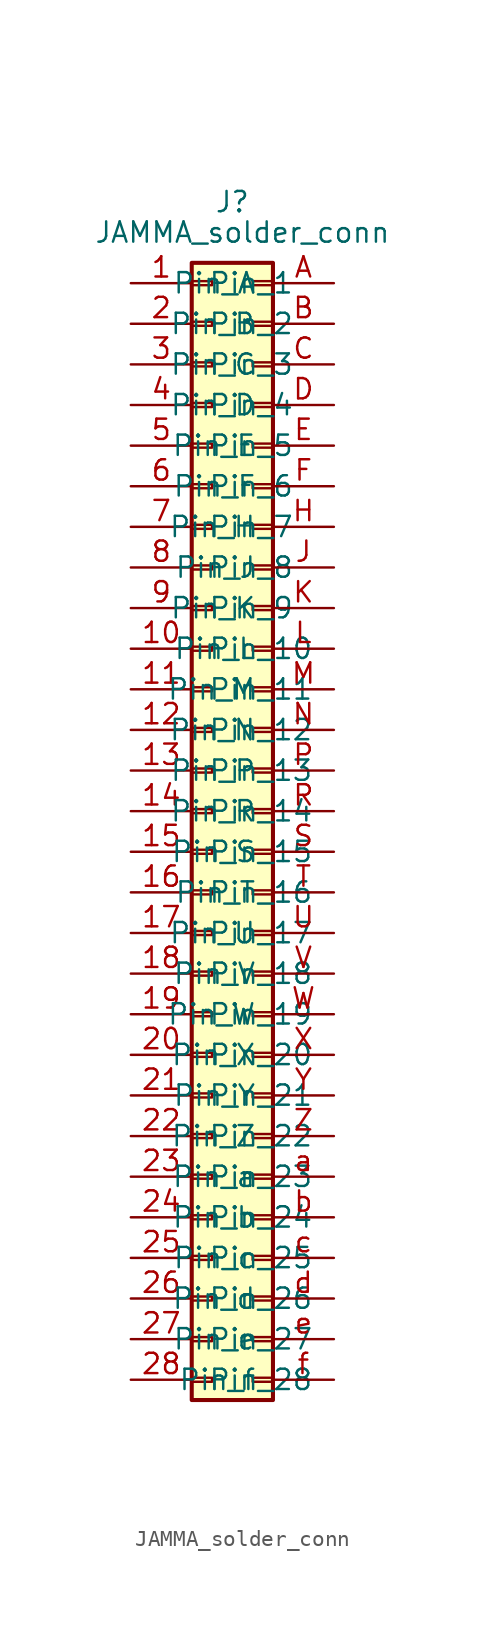
<source format=kicad_sym>
(kicad_symbol_lib
  (version 20211014)
  (generator kicad_symbol_editor)
  (symbol "JAMMA_solder_conn"
    (pin_names
      (offset 1.016))
    (property "Reference" "J"
      (at 0 39.37 0)
      (effects (font (size 1.27 1.27))))
    (property "Value" "JAMMA_solder_conn"
      (at 0.635 37.465 0)
      (effects (font (size 1.27 1.27))))
    (symbol "JAMMA_solder_conn_1_1"
      (rectangle (start -2.54 -34.163) (end -1.27 -34.417) (stroke (width 0.152) (type default) (color 0 0 0 0)) (fill (type none)))
      (rectangle (start -2.54 -31.623) (end -1.27 -31.877) (stroke (width 0.152) (type default) (color 0 0 0 0)) (fill (type none)))
      (rectangle (start -2.54 -29.083) (end -1.27 -29.337) (stroke (width 0.152) (type default) (color 0 0 0 0)) (fill (type none)))
      (rectangle (start -2.54 -26.543) (end -1.27 -26.797) (stroke (width 0.152) (type default) (color 0 0 0 0)) (fill (type none)))
      (rectangle (start -2.54 -24.003) (end -1.27 -24.257) (stroke (width 0.152) (type default) (color 0 0 0 0)) (fill (type none)))
      (rectangle (start -2.54 -21.463) (end -1.27 -21.717) (stroke (width 0.152) (type default) (color 0 0 0 0)) (fill (type none)))
      (rectangle (start -2.54 -18.923) (end -1.27 -19.177) (stroke (width 0.152) (type default) (color 0 0 0 0)) (fill (type none)))
      (rectangle (start -2.54 -16.383) (end -1.27 -16.637) (stroke (width 0.152) (type default) (color 0 0 0 0)) (fill (type none)))
      (rectangle (start -2.54 -13.843) (end -1.27 -14.097) (stroke (width 0.152) (type default) (color 0 0 0 0)) (fill (type none)))
      (rectangle (start -2.54 -11.303) (end -1.27 -11.557) (stroke (width 0.152) (type default) (color 0 0 0 0)) (fill (type none)))
      (rectangle (start -2.54 -8.763) (end -1.27 -9.017) (stroke (width 0.152) (type default) (color 0 0 0 0)) (fill (type none)))
      (rectangle (start -2.54 -6.223) (end -1.27 -6.477) (stroke (width 0.152) (type default) (color 0 0 0 0)) (fill (type none)))
      (rectangle (start -2.54 -3.683) (end -1.27 -3.937) (stroke (width 0.152) (type default) (color 0 0 0 0)) (fill (type none)))
      (rectangle (start -2.54 -1.143) (end -1.27 -1.397) (stroke (width 0.152) (type default) (color 0 0 0 0)) (fill (type none)))
      (rectangle (start -2.54 1.397) (end -1.27 1.143) (stroke (width 0.152) (type default) (color 0 0 0 0)) (fill (type none)))
      (rectangle (start -2.54 3.937) (end -1.27 3.683) (stroke (width 0.152) (type default) (color 0 0 0 0)) (fill (type none)))
      (rectangle (start -2.54 6.477) (end -1.27 6.223) (stroke (width 0.152) (type default) (color 0 0 0 0)) (fill (type none)))
      (rectangle (start -2.54 9.017) (end -1.27 8.763) (stroke (width 0.152) (type default) (color 0 0 0 0)) (fill (type none)))
      (rectangle (start -2.54 11.557) (end -1.27 11.303) (stroke (width 0.152) (type default) (color 0 0 0 0)) (fill (type none)))
      (rectangle (start -2.54 14.097) (end -1.27 13.843) (stroke (width 0.152) (type default) (color 0 0 0 0)) (fill (type none)))
      (rectangle (start -2.54 16.637) (end -1.27 16.383) (stroke (width 0.152) (type default) (color 0 0 0 0)) (fill (type none)))
      (rectangle (start -2.54 19.177) (end -1.27 18.923) (stroke (width 0.152) (type default) (color 0 0 0 0)) (fill (type none)))
      (rectangle (start -2.54 21.717) (end -1.27 21.463) (stroke (width 0.152) (type default) (color 0 0 0 0)) (fill (type none)))
      (rectangle (start -2.54 24.257) (end -1.27 24.003) (stroke (width 0.152) (type default) (color 0 0 0 0)) (fill (type none)))
      (rectangle (start -2.54 26.797) (end -1.27 26.543) (stroke (width 0.152) (type default) (color 0 0 0 0)) (fill (type none)))
      (rectangle (start -2.54 29.337) (end -1.27 29.083) (stroke (width 0.152) (type default) (color 0 0 0 0)) (fill (type none)))
      (rectangle (start -2.54 31.877) (end -1.27 31.623) (stroke (width 0.152) (type default) (color 0 0 0 0)) (fill (type none)))
      (rectangle (start -2.54 34.417) (end -1.27 34.163) (stroke (width 0.152) (type default) (color 0 0 0 0)) (fill (type none)))
      (rectangle (start -2.54 35.56) (end 2.54 -35.56) (stroke (width 0.254) (type default) (color 0 0 0 0)) (fill (type background)))
      (rectangle (start 2.54 -34.163) (end 1.27 -34.417) (stroke (width 0.152) (type default) (color 0 0 0 0)) (fill (type none)))
      (rectangle (start 2.54 -31.623) (end 1.27 -31.877) (stroke (width 0.152) (type default) (color 0 0 0 0)) (fill (type none)))
      (rectangle (start 2.54 -29.083) (end 1.27 -29.337) (stroke (width 0.152) (type default) (color 0 0 0 0)) (fill (type none)))
      (rectangle (start 2.54 -26.543) (end 1.27 -26.797) (stroke (width 0.152) (type default) (color 0 0 0 0)) (fill (type none)))
      (rectangle (start 2.54 -24.003) (end 1.27 -24.257) (stroke (width 0.152) (type default) (color 0 0 0 0)) (fill (type none)))
      (rectangle (start 2.54 -21.463) (end 1.27 -21.717) (stroke (width 0.152) (type default) (color 0 0 0 0)) (fill (type none)))
      (rectangle (start 2.54 -18.923) (end 1.27 -19.177) (stroke (width 0.152) (type default) (color 0 0 0 0)) (fill (type none)))
      (rectangle (start 2.54 -16.383) (end 1.27 -16.637) (stroke (width 0.152) (type default) (color 0 0 0 0)) (fill (type none)))
      (rectangle (start 2.54 -13.843) (end 1.27 -14.097) (stroke (width 0.152) (type default) (color 0 0 0 0)) (fill (type none)))
      (rectangle (start 2.54 -11.303) (end 1.27 -11.557) (stroke (width 0.152) (type default) (color 0 0 0 0)) (fill (type none)))
      (rectangle (start 2.54 -8.763) (end 1.27 -9.017) (stroke (width 0.152) (type default) (color 0 0 0 0)) (fill (type none)))
      (rectangle (start 2.54 -6.223) (end 1.27 -6.477) (stroke (width 0.152) (type default) (color 0 0 0 0)) (fill (type none)))
      (rectangle (start 2.54 -3.683) (end 1.27 -3.937) (stroke (width 0.152) (type default) (color 0 0 0 0)) (fill (type none)))
      (rectangle (start 2.54 -1.143) (end 1.27 -1.397) (stroke (width 0.152) (type default) (color 0 0 0 0)) (fill (type none)))
      (rectangle (start 2.54 1.397) (end 1.27 1.143) (stroke (width 0.152) (type default) (color 0 0 0 0)) (fill (type none)))
      (rectangle (start 2.54 3.937) (end 1.27 3.683) (stroke (width 0.152) (type default) (color 0 0 0 0)) (fill (type none)))
      (rectangle (start 2.54 6.477) (end 1.27 6.223) (stroke (width 0.152) (type default) (color 0 0 0 0)) (fill (type none)))
      (rectangle (start 2.54 9.017) (end 1.27 8.763) (stroke (width 0.152) (type default) (color 0 0 0 0)) (fill (type none)))
      (rectangle (start 2.54 11.557) (end 1.27 11.303) (stroke (width 0.152) (type default) (color 0 0 0 0)) (fill (type none)))
      (rectangle (start 2.54 14.097) (end 1.27 13.843) (stroke (width 0.152) (type default) (color 0 0 0 0)) (fill (type none)))
      (rectangle (start 2.54 16.637) (end 1.27 16.383) (stroke (width 0.152) (type default) (color 0 0 0 0)) (fill (type none)))
      (rectangle (start 2.54 19.177) (end 1.27 18.923) (stroke (width 0.152) (type default) (color 0 0 0 0)) (fill (type none)))
      (rectangle (start 2.54 21.717) (end 1.27 21.463) (stroke (width 0.152) (type default) (color 0 0 0 0)) (fill (type none)))
      (rectangle (start 2.54 24.257) (end 1.27 24.003) (stroke (width 0.152) (type default) (color 0 0 0 0)) (fill (type none)))
      (rectangle (start 2.54 26.797) (end 1.27 26.543) (stroke (width 0.152) (type default) (color 0 0 0 0)) (fill (type none)))
      (rectangle (start 2.54 29.337) (end 1.27 29.083) (stroke (width 0.152) (type default) (color 0 0 0 0)) (fill (type none)))
      (rectangle (start 2.54 31.877) (end 1.27 31.623) (stroke (width 0.152) (type default) (color 0 0 0 0)) (fill (type none)))
      (rectangle (start 2.54 34.417) (end 1.27 34.163) (stroke (width 0.152) (type default) (color 0 0 0 0)) (fill (type none)))
      (pin passive line (at -6.35 34.29 0) (length 3.81) (name "Pin_1" (effects (font (size 1.27 1.27)))) (number "1" (effects (font (size 1.27 1.27)))))
      (pin passive line (at -6.35 11.43 0) (length 3.81) (name "Pin_10" (effects (font (size 1.27 1.27)))) (number "10" (effects (font (size 1.27 1.27)))))
      (pin passive line (at -6.35 8.89 0) (length 3.81) (name "Pin_11" (effects (font (size 1.27 1.27)))) (number "11" (effects (font (size 1.27 1.27)))))
      (pin passive line (at -6.35 6.35 0) (length 3.81) (name "Pin_12" (effects (font (size 1.27 1.27)))) (number "12" (effects (font (size 1.27 1.27)))))
      (pin passive line (at -6.35 3.81 0) (length 3.81) (name "Pin_13" (effects (font (size 1.27 1.27)))) (number "13" (effects (font (size 1.27 1.27)))))
      (pin passive line (at -6.35 1.27 0) (length 3.81) (name "Pin_14" (effects (font (size 1.27 1.27)))) (number "14" (effects (font (size 1.27 1.27)))))
      (pin passive line (at -6.35 -1.27 0) (length 3.81) (name "Pin_15" (effects (font (size 1.27 1.27)))) (number "15" (effects (font (size 1.27 1.27)))))
      (pin passive line (at -6.35 -3.81 0) (length 3.81) (name "Pin_16" (effects (font (size 1.27 1.27)))) (number "16" (effects (font (size 1.27 1.27)))))
      (pin passive line (at -6.35 -6.35 0) (length 3.81) (name "Pin_17" (effects (font (size 1.27 1.27)))) (number "17" (effects (font (size 1.27 1.27)))))
      (pin passive line (at -6.35 -8.89 0) (length 3.81) (name "Pin_18" (effects (font (size 1.27 1.27)))) (number "18" (effects (font (size 1.27 1.27)))))
      (pin passive line (at -6.35 -11.43 0) (length 3.81) (name "Pin_19" (effects (font (size 1.27 1.27)))) (number "19" (effects (font (size 1.27 1.27)))))
      (pin passive line (at -6.35 31.75 0) (length 3.81) (name "Pin_2" (effects (font (size 1.27 1.27)))) (number "2" (effects (font (size 1.27 1.27)))))
      (pin passive line (at -6.35 -13.97 0) (length 3.81) (name "Pin_20" (effects (font (size 1.27 1.27)))) (number "20" (effects (font (size 1.27 1.27)))))
      (pin passive line (at -6.35 -16.51 0) (length 3.81) (name "Pin_21" (effects (font (size 1.27 1.27)))) (number "21" (effects (font (size 1.27 1.27)))))
      (pin passive line (at -6.35 -19.05 0) (length 3.81) (name "Pin_22" (effects (font (size 1.27 1.27)))) (number "22" (effects (font (size 1.27 1.27)))))
      (pin passive line (at -6.35 -21.59 0) (length 3.81) (name "Pin_23" (effects (font (size 1.27 1.27)))) (number "23" (effects (font (size 1.27 1.27)))))
      (pin passive line (at -6.35 -24.13 0) (length 3.81) (name "Pin_24" (effects (font (size 1.27 1.27)))) (number "24" (effects (font (size 1.27 1.27)))))
      (pin passive line (at -6.35 -26.67 0) (length 3.81) (name "Pin_25" (effects (font (size 1.27 1.27)))) (number "25" (effects (font (size 1.27 1.27)))))
      (pin passive line (at -6.35 -29.21 0) (length 3.81) (name "Pin_26" (effects (font (size 1.27 1.27)))) (number "26" (effects (font (size 1.27 1.27)))))
      (pin passive line (at -6.35 -31.75 0) (length 3.81) (name "Pin_27" (effects (font (size 1.27 1.27)))) (number "27" (effects (font (size 1.27 1.27)))))
      (pin passive line (at -6.35 -34.29 0) (length 3.81) (name "Pin_28" (effects (font (size 1.27 1.27)))) (number "28" (effects (font (size 1.27 1.27)))))
      (pin passive line (at -6.35 29.21 0) (length 3.81) (name "Pin_3" (effects (font (size 1.27 1.27)))) (number "3" (effects (font (size 1.27 1.27)))))
      (pin passive line (at -6.35 26.67 0) (length 3.81) (name "Pin_4" (effects (font (size 1.27 1.27)))) (number "4" (effects (font (size 1.27 1.27)))))
      (pin passive line (at -6.35 24.13 0) (length 3.81) (name "Pin_5" (effects (font (size 1.27 1.27)))) (number "5" (effects (font (size 1.27 1.27)))))
      (pin passive line (at -6.35 21.59 0) (length 3.81) (name "Pin_6" (effects (font (size 1.27 1.27)))) (number "6" (effects (font (size 1.27 1.27)))))
      (pin passive line (at -6.35 19.05 0) (length 3.81) (name "Pin_7" (effects (font (size 1.27 1.27)))) (number "7" (effects (font (size 1.27 1.27)))))
      (pin passive line (at -6.35 16.51 0) (length 3.81) (name "Pin_8" (effects (font (size 1.27 1.27)))) (number "8" (effects (font (size 1.27 1.27)))))
      (pin passive line (at -6.35 13.97 0) (length 3.81) (name "Pin_9" (effects (font (size 1.27 1.27)))) (number "9" (effects (font (size 1.27 1.27)))))
      (pin passive line (at 6.35 34.29 180) (length 3.81) (name "Pin_A" (effects (font (size 1.27 1.27)))) (number "A" (effects (font (size 1.27 1.27)))))
      (pin passive line (at 6.35 31.75 180) (length 3.81) (name "Pin_B" (effects (font (size 1.27 1.27)))) (number "B" (effects (font (size 1.27 1.27)))))
      (pin passive line (at 6.35 29.21 180) (length 3.81) (name "Pin_C" (effects (font (size 1.27 1.27)))) (number "C" (effects (font (size 1.27 1.27)))))
      (pin passive line (at 6.35 26.67 180) (length 3.81) (name "Pin_D" (effects (font (size 1.27 1.27)))) (number "D" (effects (font (size 1.27 1.27)))))
      (pin passive line (at 6.35 24.13 180) (length 3.81) (name "Pin_E" (effects (font (size 1.27 1.27)))) (number "E" (effects (font (size 1.27 1.27)))))
      (pin passive line (at 6.35 21.59 180) (length 3.81) (name "Pin_F" (effects (font (size 1.27 1.27)))) (number "F" (effects (font (size 1.27 1.27)))))
      (pin passive line (at 6.35 19.05 180) (length 3.81) (name "Pin_H" (effects (font (size 1.27 1.27)))) (number "H" (effects (font (size 1.27 1.27)))))
      (pin passive line (at 6.35 16.51 180) (length 3.81) (name "Pin_J" (effects (font (size 1.27 1.27)))) (number "J" (effects (font (size 1.27 1.27)))))
      (pin passive line (at 6.35 13.97 180) (length 3.81) (name "Pin_K" (effects (font (size 1.27 1.27)))) (number "K" (effects (font (size 1.27 1.27)))))
      (pin passive line (at 6.35 11.43 180) (length 3.81) (name "Pin_L" (effects (font (size 1.27 1.27)))) (number "L" (effects (font (size 1.27 1.27)))))
      (pin passive line (at 6.35 8.89 180) (length 3.81) (name "Pin_M" (effects (font (size 1.27 1.27)))) (number "M" (effects (font (size 1.27 1.27)))))
      (pin passive line (at 6.35 6.35 180) (length 3.81) (name "Pin_N" (effects (font (size 1.27 1.27)))) (number "N" (effects (font (size 1.27 1.27)))))
      (pin passive line (at 6.35 3.81 180) (length 3.81) (name "Pin_P" (effects (font (size 1.27 1.27)))) (number "P" (effects (font (size 1.27 1.27)))))
      (pin passive line (at 6.35 1.27 180) (length 3.81) (name "Pin_R" (effects (font (size 1.27 1.27)))) (number "R" (effects (font (size 1.27 1.27)))))
      (pin passive line (at 6.35 -1.27 180) (length 3.81) (name "Pin_S" (effects (font (size 1.27 1.27)))) (number "S" (effects (font (size 1.27 1.27)))))
      (pin passive line (at 6.35 -3.81 180) (length 3.81) (name "Pin_T" (effects (font (size 1.27 1.27)))) (number "T" (effects (font (size 1.27 1.27)))))
      (pin passive line (at 6.35 -6.35 180) (length 3.81) (name "Pin_U" (effects (font (size 1.27 1.27)))) (number "U" (effects (font (size 1.27 1.27)))))
      (pin passive line (at 6.35 -8.89 180) (length 3.81) (name "Pin_V" (effects (font (size 1.27 1.27)))) (number "V" (effects (font (size 1.27 1.27)))))
      (pin passive line (at 6.35 -11.43 180) (length 3.81) (name "Pin_W" (effects (font (size 1.27 1.27)))) (number "W" (effects (font (size 1.27 1.27)))))
      (pin passive line (at 6.35 -13.97 180) (length 3.81) (name "Pin_X" (effects (font (size 1.27 1.27)))) (number "X" (effects (font (size 1.27 1.27)))))
      (pin passive line (at 6.35 -16.51 180) (length 3.81) (name "Pin_Y" (effects (font (size 1.27 1.27)))) (number "Y" (effects (font (size 1.27 1.27)))))
      (pin passive line (at 6.35 -19.05 180) (length 3.81) (name "Pin_Z" (effects (font (size 1.27 1.27)))) (number "Z" (effects (font (size 1.27 1.27)))))
      (pin passive line (at 6.35 -21.59 180) (length 3.81) (name "Pin_a" (effects (font (size 1.27 1.27)))) (number "a" (effects (font (size 1.27 1.27)))))
      (pin passive line (at 6.35 -24.13 180) (length 3.81) (name "Pin_b" (effects (font (size 1.27 1.27)))) (number "b" (effects (font (size 1.27 1.27)))))
      (pin passive line (at 6.35 -26.67 180) (length 3.81) (name "Pin_c" (effects (font (size 1.27 1.27)))) (number "c" (effects (font (size 1.27 1.27)))))
      (pin passive line (at 6.35 -29.21 180) (length 3.81) (name "Pin_d" (effects (font (size 1.27 1.27)))) (number "d" (effects (font (size 1.27 1.27)))))
      (pin passive line (at 6.35 -31.75 180) (length 3.81) (name "Pin_e" (effects (font (size 1.27 1.27)))) (number "e" (effects (font (size 1.27 1.27)))))
      (pin passive line (at 6.35 -34.29 180) (length 3.81) (name "Pin_f" (effects (font (size 1.27 1.27)))) (number "f" (effects (font (size 1.27 1.27))))))))
</source>
